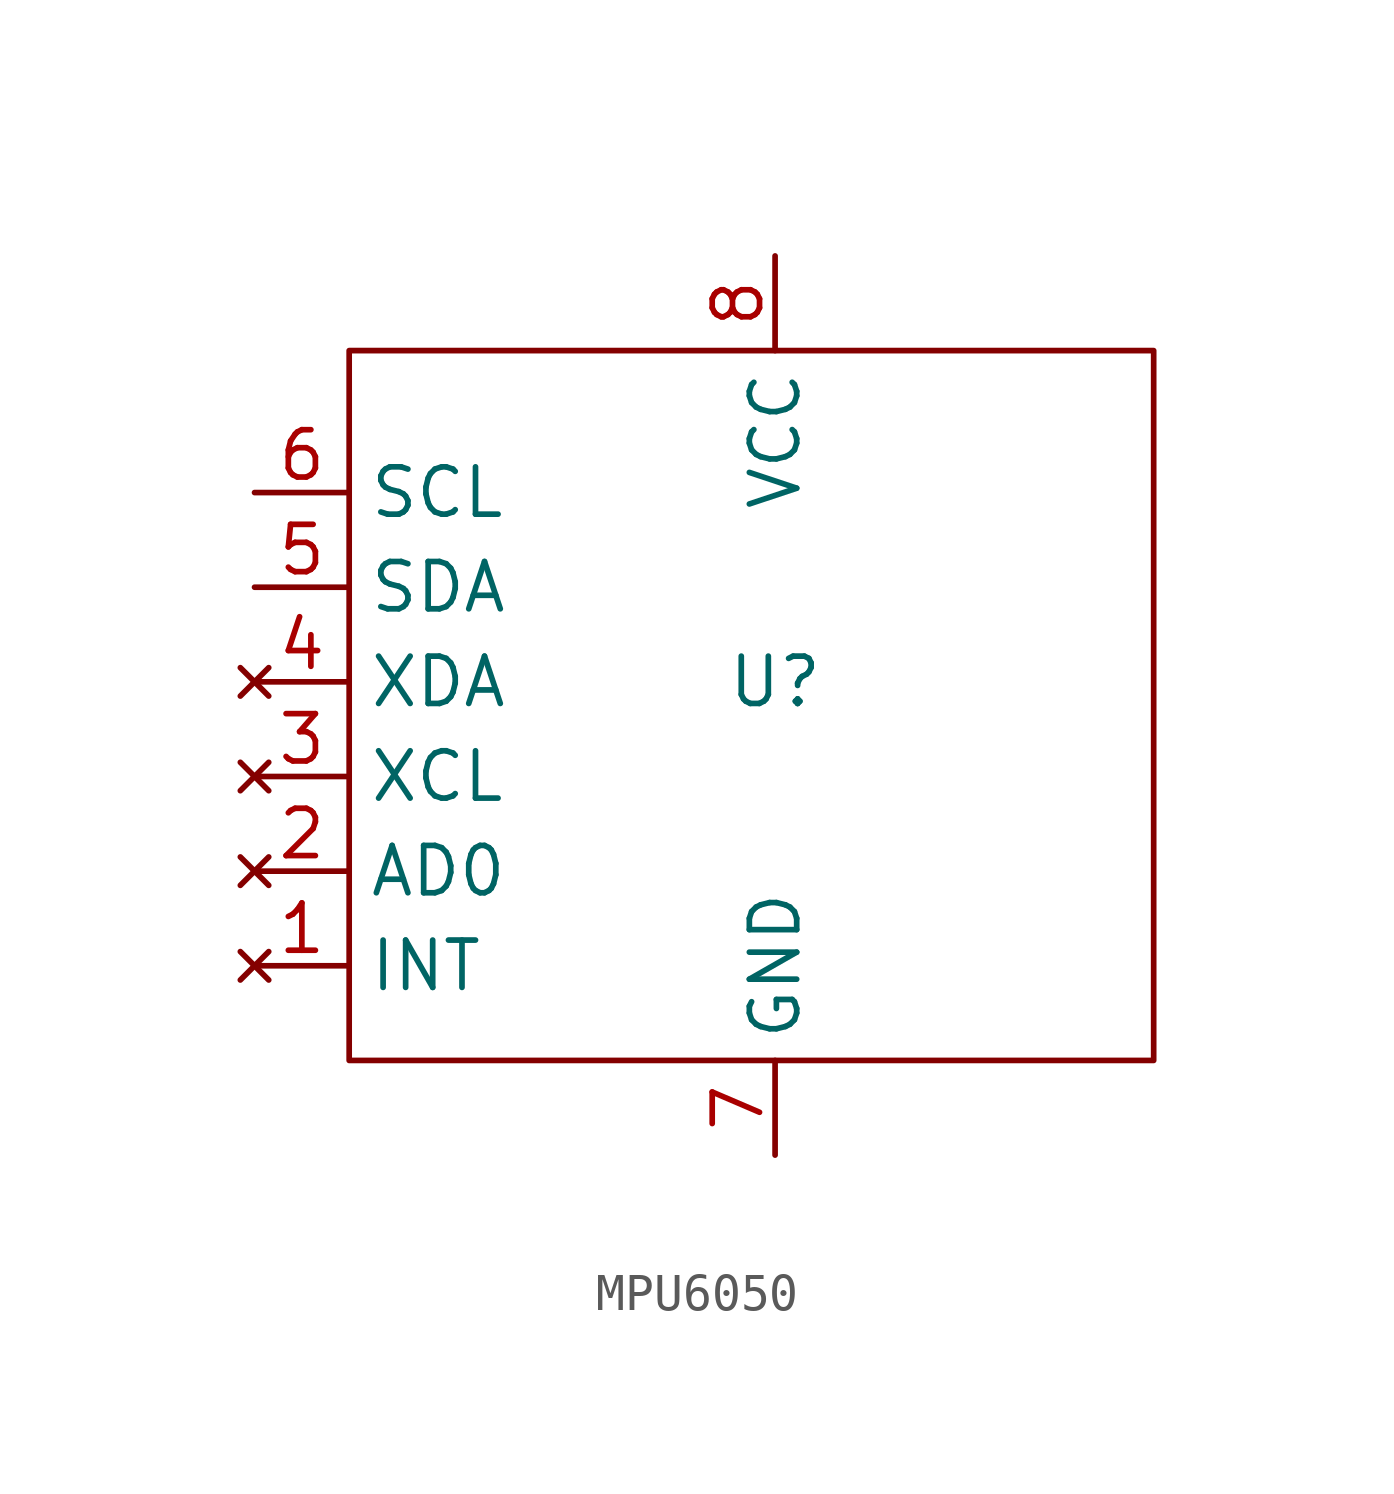
<source format=kicad_sym>
(kicad_symbol_lib
  (version 20231120)
  (generator "kicad_symbol_editor")
  (generator_version "8.0")
  (symbol "MPU6050"
    (property "Reference" "U"
      (at 0 0 0)
      (effects (font (size 1.27 1.27))))
    (property "Value" ""
      (at 0 0 0)
      (effects (font (size 1.27 1.27))))
    (symbol "MPU6050_0_1"
      (rectangle (start -11.43 8.89) (end 10.16 -10.16) (stroke (width 0) (type default)) (fill (type none))))
    (symbol "MPU6050_1_1"
      (pin no_connect line (at -13.97 -7.62 0) (length 2.54) (name "INT" (effects (font (size 1.27 1.27)))) (number "1" (effects (font (size 1.27 1.27)))))
      (pin no_connect line (at -13.97 -5.08 0) (length 2.54) (name "AD0" (effects (font (size 1.27 1.27)))) (number "2" (effects (font (size 1.27 1.27)))))
      (pin no_connect line (at -13.97 -2.54 0) (length 2.54) (name "XCL" (effects (font (size 1.27 1.27)))) (number "3" (effects (font (size 1.27 1.27)))))
      (pin no_connect line (at -13.97 0 0) (length 2.54) (name "XDA" (effects (font (size 1.27 1.27)))) (number "4" (effects (font (size 1.27 1.27)))))
      (pin bidirectional line (at -13.97 2.54 0) (length 2.54) (name "SDA" (effects (font (size 1.27 1.27)))) (number "5" (effects (font (size 1.27 1.27)))))
      (pin input line (at -13.97 5.08 0) (length 2.54) (name "SCL" (effects (font (size 1.27 1.27)))) (number "6" (effects (font (size 1.27 1.27)))))
      (pin power_in line (at 0 -12.7 90) (length 2.54) (name "GND" (effects (font (size 1.27 1.27)))) (number "7" (effects (font (size 1.27 1.27)))))
      (pin power_in line (at 0 11.43 270) (length 2.54) (name "VCC" (effects (font (size 1.27 1.27)))) (number "8" (effects (font (size 1.27 1.27))))))))
</source>
